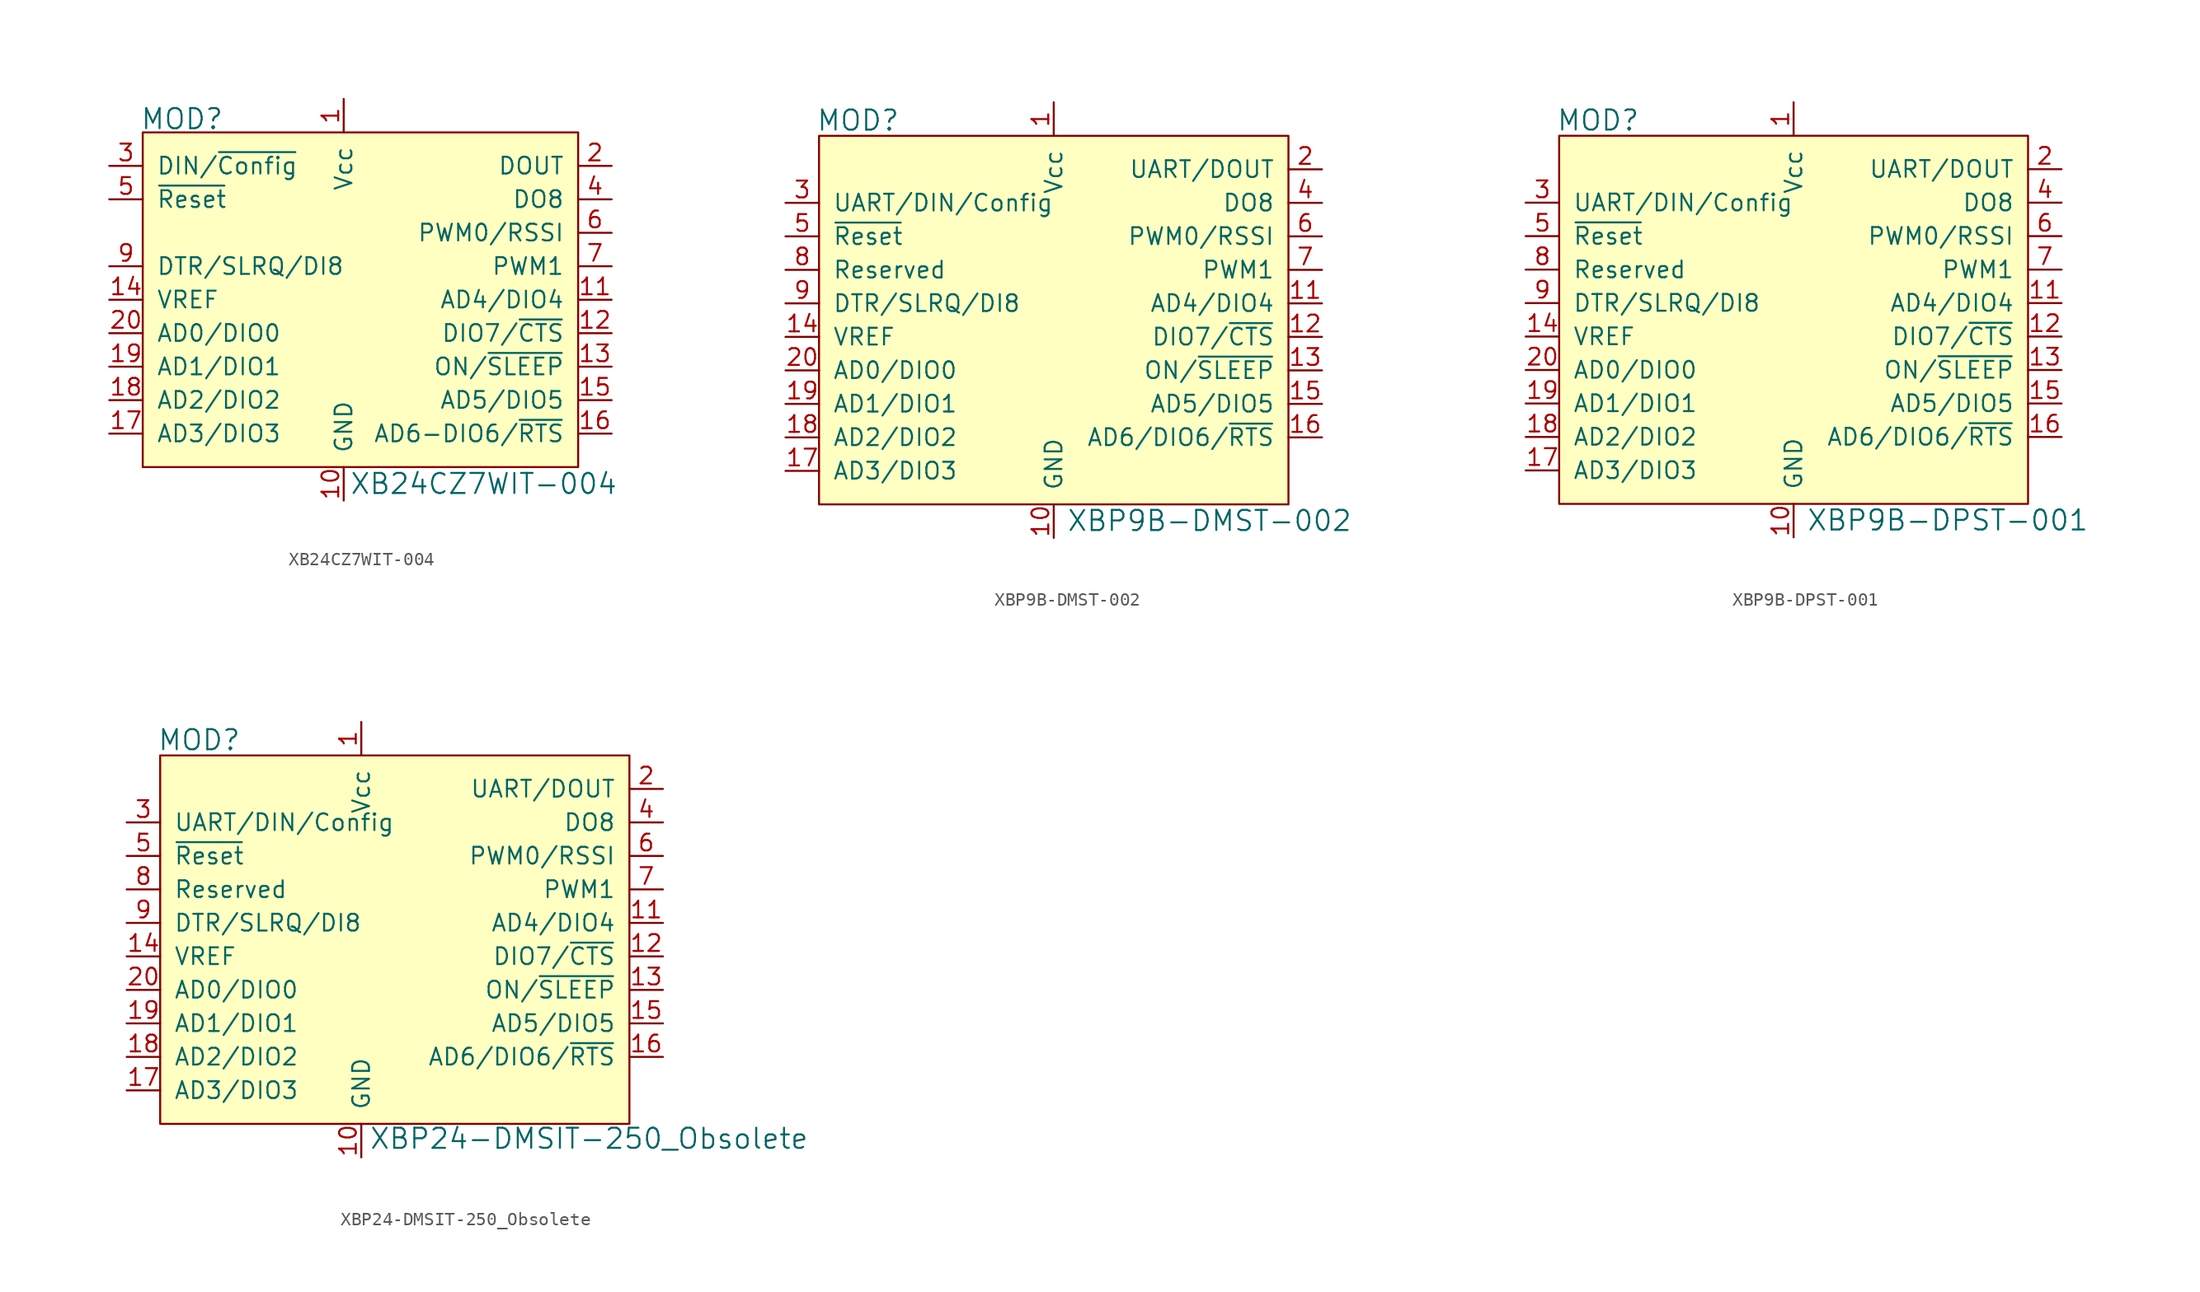
<source format=kicad_sym>
(kicad_symbol_lib
  (version 20211014)
  (generator kicad_symbol_editor)
  (symbol "XB24CZ7WIT-004"
    (pin_names
      (offset 1.016))
    (property "Reference" "MOD"
      (at -15.443 13.716 0)
      (effects (font (size 1.524 1.524)) (justify left)))
    (property "Value" "XB24CZ7WIT-004"
      (at 0.432 -13.97 0)
      (effects (font (size 1.524 1.524)) (justify left)))
    (symbol "XB24CZ7WIT-004_0_1"
      (rectangle (start -15.24 12.7) (end 17.78 -12.7) (stroke (width 0) (type default) (color 0 0 0 0)) (fill (type background))))
    (symbol "XB24CZ7WIT-004_1_1"
      (pin power_in line (at 0 15.24 270) (length 2.54) (name "Vcc" (effects (font (size 1.27 1.27)))) (number "1" (effects (font (size 1.27 1.27)))))
      (pin power_in line (at 0 -15.24 90) (length 2.54) (name "GND" (effects (font (size 1.27 1.27)))) (number "10" (effects (font (size 1.27 1.27)))))
      (pin bidirectional line (at 20.32 0 180) (length 2.54) (name "AD4/DIO4" (effects (font (size 1.27 1.27)))) (number "11" (effects (font (size 1.27 1.27)))))
      (pin bidirectional line (at 20.32 -2.54 180) (length 2.54) (name "DIO7/~{CTS}" (effects (font (size 1.27 1.27)))) (number "12" (effects (font (size 1.27 1.27)))))
      (pin output line (at 20.32 -5.08 180) (length 2.54) (name "ON/~{SLEEP}" (effects (font (size 1.27 1.27)))) (number "13" (effects (font (size 1.27 1.27)))))
      (pin input line (at -17.78 0 0) (length 2.54) (name "VREF" (effects (font (size 1.27 1.27)))) (number "14" (effects (font (size 1.27 1.27)))))
      (pin bidirectional line (at 20.32 -7.62 180) (length 2.54) (name "AD5/DIO5" (effects (font (size 1.27 1.27)))) (number "15" (effects (font (size 1.27 1.27)))))
      (pin bidirectional line (at 20.32 -10.16 180) (length 2.54) (name "AD6-DIO6/~{RTS}" (effects (font (size 1.27 1.27)))) (number "16" (effects (font (size 1.27 1.27)))))
      (pin bidirectional line (at -17.78 -10.16 0) (length 2.54) (name "AD3/DIO3" (effects (font (size 1.27 1.27)))) (number "17" (effects (font (size 1.27 1.27)))))
      (pin bidirectional line (at -17.78 -7.62 0) (length 2.54) (name "AD2/DIO2" (effects (font (size 1.27 1.27)))) (number "18" (effects (font (size 1.27 1.27)))))
      (pin bidirectional line (at -17.78 -5.08 0) (length 2.54) (name "AD1/DIO1" (effects (font (size 1.27 1.27)))) (number "19" (effects (font (size 1.27 1.27)))))
      (pin output line (at 20.32 10.16 180) (length 2.54) (name "DOUT" (effects (font (size 1.27 1.27)))) (number "2" (effects (font (size 1.27 1.27)))))
      (pin bidirectional line (at -17.78 -2.54 0) (length 2.54) (name "AD0/DIO0" (effects (font (size 1.27 1.27)))) (number "20" (effects (font (size 1.27 1.27)))))
      (pin input line (at -17.78 10.16 0) (length 2.54) (name "DIN/~{Config}" (effects (font (size 1.27 1.27)))) (number "3" (effects (font (size 1.27 1.27)))))
      (pin output line (at 20.32 7.62 180) (length 2.54) (name "DO8" (effects (font (size 1.27 1.27)))) (number "4" (effects (font (size 1.27 1.27)))))
      (pin input line (at -17.78 7.62 0) (length 2.54) (name "~{Reset}" (effects (font (size 1.27 1.27)))) (number "5" (effects (font (size 1.27 1.27)))))
      (pin output line (at 20.32 5.08 180) (length 2.54) (name "PWM0/RSSI" (effects (font (size 1.27 1.27)))) (number "6" (effects (font (size 1.27 1.27)))))
      (pin output line (at 20.32 2.54 180) (length 2.54) (name "PWM1" (effects (font (size 1.27 1.27)))) (number "7" (effects (font (size 1.27 1.27)))))
      (pin no_connect line (at -15.24 5.08 0) (length 2.54) hide (name "Reserved" (effects (font (size 1.27 1.27)))) (number "8" (effects (font (size 1.27 1.27)))))
      (pin input line (at -17.78 2.54 0) (length 2.54) (name "DTR/SLRQ/DI8" (effects (font (size 1.27 1.27)))) (number "9" (effects (font (size 1.27 1.27)))))))
  (symbol "XBP9B-DMST-002"
    (pin_names
      (offset 1.016))
    (property "Reference" "MOD"
      (at -18.009 16.408 0)
      (effects (font (size 1.524 1.524)) (justify left)))
    (property "Value" "XBP9B-DMST-002"
      (at 0.965 -13.945 0)
      (effects (font (size 1.524 1.524)) (justify left)))
    (symbol "XBP9B-DMST-002_0_1"
      (rectangle (start -17.78 15.24) (end 17.78 -12.7) (stroke (width 0) (type default) (color 0 0 0 0)) (fill (type background))))
    (symbol "XBP9B-DMST-002_1_1"
      (pin power_in line (at 0 17.78 270) (length 2.54) (name "Vcc" (effects (font (size 1.27 1.27)))) (number "1" (effects (font (size 1.27 1.27)))))
      (pin power_in line (at 0 -15.24 90) (length 2.54) (name "GND" (effects (font (size 1.27 1.27)))) (number "10" (effects (font (size 1.27 1.27)))))
      (pin bidirectional line (at 20.32 2.54 180) (length 2.54) (name "AD4/DIO4" (effects (font (size 1.27 1.27)))) (number "11" (effects (font (size 1.27 1.27)))))
      (pin bidirectional line (at 20.32 0 180) (length 2.54) (name "DIO7/~{CTS}" (effects (font (size 1.27 1.27)))) (number "12" (effects (font (size 1.27 1.27)))))
      (pin output line (at 20.32 -2.54 180) (length 2.54) (name "ON/~{SLEEP}" (effects (font (size 1.27 1.27)))) (number "13" (effects (font (size 1.27 1.27)))))
      (pin input line (at -20.32 0 0) (length 2.54) (name "VREF" (effects (font (size 1.27 1.27)))) (number "14" (effects (font (size 1.27 1.27)))))
      (pin bidirectional line (at 20.32 -5.08 180) (length 2.54) (name "AD5/DIO5" (effects (font (size 1.27 1.27)))) (number "15" (effects (font (size 1.27 1.27)))))
      (pin bidirectional line (at 20.32 -7.62 180) (length 2.54) (name "AD6/DIO6/~{RTS}" (effects (font (size 1.27 1.27)))) (number "16" (effects (font (size 1.27 1.27)))))
      (pin bidirectional line (at -20.32 -10.16 0) (length 2.54) (name "AD3/DIO3" (effects (font (size 1.27 1.27)))) (number "17" (effects (font (size 1.27 1.27)))))
      (pin bidirectional line (at -20.32 -7.62 0) (length 2.54) (name "AD2/DIO2" (effects (font (size 1.27 1.27)))) (number "18" (effects (font (size 1.27 1.27)))))
      (pin bidirectional line (at -20.32 -5.08 0) (length 2.54) (name "AD1/DIO1" (effects (font (size 1.27 1.27)))) (number "19" (effects (font (size 1.27 1.27)))))
      (pin output line (at 20.32 12.7 180) (length 2.54) (name "UART/DOUT" (effects (font (size 1.27 1.27)))) (number "2" (effects (font (size 1.27 1.27)))))
      (pin bidirectional line (at -20.32 -2.54 0) (length 2.54) (name "AD0/DIO0" (effects (font (size 1.27 1.27)))) (number "20" (effects (font (size 1.27 1.27)))))
      (pin input line (at -20.32 10.16 0) (length 2.54) (name "UART/DIN/Config" (effects (font (size 1.27 1.27)))) (number "3" (effects (font (size 1.27 1.27)))))
      (pin output line (at 20.32 10.16 180) (length 2.54) (name "DO8" (effects (font (size 1.27 1.27)))) (number "4" (effects (font (size 1.27 1.27)))))
      (pin input line (at -20.32 7.62 0) (length 2.54) (name "~{Reset}" (effects (font (size 1.27 1.27)))) (number "5" (effects (font (size 1.27 1.27)))))
      (pin output line (at 20.32 7.62 180) (length 2.54) (name "PWM0/RSSI" (effects (font (size 1.27 1.27)))) (number "6" (effects (font (size 1.27 1.27)))))
      (pin output line (at 20.32 5.08 180) (length 2.54) (name "PWM1" (effects (font (size 1.27 1.27)))) (number "7" (effects (font (size 1.27 1.27)))))
      (pin bidirectional line (at -20.32 5.08 0) (length 2.54) (name "Reserved" (effects (font (size 1.27 1.27)))) (number "8" (effects (font (size 1.27 1.27)))))
      (pin input line (at -20.32 2.54 0) (length 2.54) (name "DTR/SLRQ/DI8" (effects (font (size 1.27 1.27)))) (number "9" (effects (font (size 1.27 1.27)))))))
  (symbol "XBP9B-DPST-001"
    (pin_names
      (offset 1.016))
    (property "Reference" "MOD"
      (at -18.009 16.408 0)
      (effects (font (size 1.524 1.524)) (justify left)))
    (property "Value" "XBP9B-DPST-001"
      (at 0.965 -13.945 0)
      (effects (font (size 1.524 1.524)) (justify left)))
    (symbol "XBP9B-DPST-001_0_1"
      (rectangle (start -17.78 15.24) (end 17.78 -12.7) (stroke (width 0) (type default) (color 0 0 0 0)) (fill (type background))))
    (symbol "XBP9B-DPST-001_1_1"
      (pin power_in line (at 0 17.78 270) (length 2.54) (name "Vcc" (effects (font (size 1.27 1.27)))) (number "1" (effects (font (size 1.27 1.27)))))
      (pin power_in line (at 0 -15.24 90) (length 2.54) (name "GND" (effects (font (size 1.27 1.27)))) (number "10" (effects (font (size 1.27 1.27)))))
      (pin bidirectional line (at 20.32 2.54 180) (length 2.54) (name "AD4/DIO4" (effects (font (size 1.27 1.27)))) (number "11" (effects (font (size 1.27 1.27)))))
      (pin bidirectional line (at 20.32 0 180) (length 2.54) (name "DIO7/~{CTS}" (effects (font (size 1.27 1.27)))) (number "12" (effects (font (size 1.27 1.27)))))
      (pin output line (at 20.32 -2.54 180) (length 2.54) (name "ON/~{SLEEP}" (effects (font (size 1.27 1.27)))) (number "13" (effects (font (size 1.27 1.27)))))
      (pin input line (at -20.32 0 0) (length 2.54) (name "VREF" (effects (font (size 1.27 1.27)))) (number "14" (effects (font (size 1.27 1.27)))))
      (pin bidirectional line (at 20.32 -5.08 180) (length 2.54) (name "AD5/DIO5" (effects (font (size 1.27 1.27)))) (number "15" (effects (font (size 1.27 1.27)))))
      (pin bidirectional line (at 20.32 -7.62 180) (length 2.54) (name "AD6/DIO6/~{RTS}" (effects (font (size 1.27 1.27)))) (number "16" (effects (font (size 1.27 1.27)))))
      (pin bidirectional line (at -20.32 -10.16 0) (length 2.54) (name "AD3/DIO3" (effects (font (size 1.27 1.27)))) (number "17" (effects (font (size 1.27 1.27)))))
      (pin bidirectional line (at -20.32 -7.62 0) (length 2.54) (name "AD2/DIO2" (effects (font (size 1.27 1.27)))) (number "18" (effects (font (size 1.27 1.27)))))
      (pin bidirectional line (at -20.32 -5.08 0) (length 2.54) (name "AD1/DIO1" (effects (font (size 1.27 1.27)))) (number "19" (effects (font (size 1.27 1.27)))))
      (pin output line (at 20.32 12.7 180) (length 2.54) (name "UART/DOUT" (effects (font (size 1.27 1.27)))) (number "2" (effects (font (size 1.27 1.27)))))
      (pin bidirectional line (at -20.32 -2.54 0) (length 2.54) (name "AD0/DIO0" (effects (font (size 1.27 1.27)))) (number "20" (effects (font (size 1.27 1.27)))))
      (pin input line (at -20.32 10.16 0) (length 2.54) (name "UART/DIN/Config" (effects (font (size 1.27 1.27)))) (number "3" (effects (font (size 1.27 1.27)))))
      (pin output line (at 20.32 10.16 180) (length 2.54) (name "DO8" (effects (font (size 1.27 1.27)))) (number "4" (effects (font (size 1.27 1.27)))))
      (pin input line (at -20.32 7.62 0) (length 2.54) (name "~{Reset}" (effects (font (size 1.27 1.27)))) (number "5" (effects (font (size 1.27 1.27)))))
      (pin output line (at 20.32 7.62 180) (length 2.54) (name "PWM0/RSSI" (effects (font (size 1.27 1.27)))) (number "6" (effects (font (size 1.27 1.27)))))
      (pin output line (at 20.32 5.08 180) (length 2.54) (name "PWM1" (effects (font (size 1.27 1.27)))) (number "7" (effects (font (size 1.27 1.27)))))
      (pin bidirectional line (at -20.32 5.08 0) (length 2.54) (name "Reserved" (effects (font (size 1.27 1.27)))) (number "8" (effects (font (size 1.27 1.27)))))
      (pin input line (at -20.32 2.54 0) (length 2.54) (name "DTR/SLRQ/DI8" (effects (font (size 1.27 1.27)))) (number "9" (effects (font (size 1.27 1.27)))))))
  (symbol "XBP24-DMSIT-250_Obsolete"
    (pin_names
      (offset 1.016))
    (property "Reference" "MOD"
      (at -18.009 18.948 0)
      (effects (font (size 1.524 1.524)) (justify left)))
    (property "Value" "XBP24-DMSIT-250_Obsolete"
      (at -1.956 -11.278 0)
      (effects (font (size 1.524 1.524)) (justify left)))
    (symbol "XBP24-DMSIT-250_Obsolete_0_1"
      (rectangle (start -17.78 17.78) (end 17.78 -10.16) (stroke (width 0) (type default) (color 0 0 0 0)) (fill (type background))))
    (symbol "XBP24-DMSIT-250_Obsolete_1_1"
      (pin power_in line (at -2.54 20.32 270) (length 2.54) (name "Vcc" (effects (font (size 1.27 1.27)))) (number "1" (effects (font (size 1.27 1.27)))))
      (pin power_in line (at -2.54 -12.7 90) (length 2.54) (name "GND" (effects (font (size 1.27 1.27)))) (number "10" (effects (font (size 1.27 1.27)))))
      (pin bidirectional line (at 20.32 5.08 180) (length 2.54) (name "AD4/DIO4" (effects (font (size 1.27 1.27)))) (number "11" (effects (font (size 1.27 1.27)))))
      (pin bidirectional line (at 20.32 2.54 180) (length 2.54) (name "DIO7/~{CTS}" (effects (font (size 1.27 1.27)))) (number "12" (effects (font (size 1.27 1.27)))))
      (pin output line (at 20.32 0 180) (length 2.54) (name "ON/~{SLEEP}" (effects (font (size 1.27 1.27)))) (number "13" (effects (font (size 1.27 1.27)))))
      (pin input line (at -20.32 2.54 0) (length 2.54) (name "VREF" (effects (font (size 1.27 1.27)))) (number "14" (effects (font (size 1.27 1.27)))))
      (pin bidirectional line (at 20.32 -2.54 180) (length 2.54) (name "AD5/DIO5" (effects (font (size 1.27 1.27)))) (number "15" (effects (font (size 1.27 1.27)))))
      (pin bidirectional line (at 20.32 -5.08 180) (length 2.54) (name "AD6/DIO6/~{RTS}" (effects (font (size 1.27 1.27)))) (number "16" (effects (font (size 1.27 1.27)))))
      (pin bidirectional line (at -20.32 -7.62 0) (length 2.54) (name "AD3/DIO3" (effects (font (size 1.27 1.27)))) (number "17" (effects (font (size 1.27 1.27)))))
      (pin bidirectional line (at -20.32 -5.08 0) (length 2.54) (name "AD2/DIO2" (effects (font (size 1.27 1.27)))) (number "18" (effects (font (size 1.27 1.27)))))
      (pin bidirectional line (at -20.32 -2.54 0) (length 2.54) (name "AD1/DIO1" (effects (font (size 1.27 1.27)))) (number "19" (effects (font (size 1.27 1.27)))))
      (pin output line (at 20.32 15.24 180) (length 2.54) (name "UART/DOUT" (effects (font (size 1.27 1.27)))) (number "2" (effects (font (size 1.27 1.27)))))
      (pin bidirectional line (at -20.32 0 0) (length 2.54) (name "AD0/DIO0" (effects (font (size 1.27 1.27)))) (number "20" (effects (font (size 1.27 1.27)))))
      (pin input line (at -20.32 12.7 0) (length 2.54) (name "UART/DIN/Config" (effects (font (size 1.27 1.27)))) (number "3" (effects (font (size 1.27 1.27)))))
      (pin output line (at 20.32 12.7 180) (length 2.54) (name "DO8" (effects (font (size 1.27 1.27)))) (number "4" (effects (font (size 1.27 1.27)))))
      (pin input line (at -20.32 10.16 0) (length 2.54) (name "~{Reset}" (effects (font (size 1.27 1.27)))) (number "5" (effects (font (size 1.27 1.27)))))
      (pin output line (at 20.32 10.16 180) (length 2.54) (name "PWM0/RSSI" (effects (font (size 1.27 1.27)))) (number "6" (effects (font (size 1.27 1.27)))))
      (pin output line (at 20.32 7.62 180) (length 2.54) (name "PWM1" (effects (font (size 1.27 1.27)))) (number "7" (effects (font (size 1.27 1.27)))))
      (pin bidirectional line (at -20.32 7.62 0) (length 2.54) (name "Reserved" (effects (font (size 1.27 1.27)))) (number "8" (effects (font (size 1.27 1.27)))))
      (pin input line (at -20.32 5.08 0) (length 2.54) (name "DTR/SLRQ/DI8" (effects (font (size 1.27 1.27)))) (number "9" (effects (font (size 1.27 1.27))))))))
</source>
